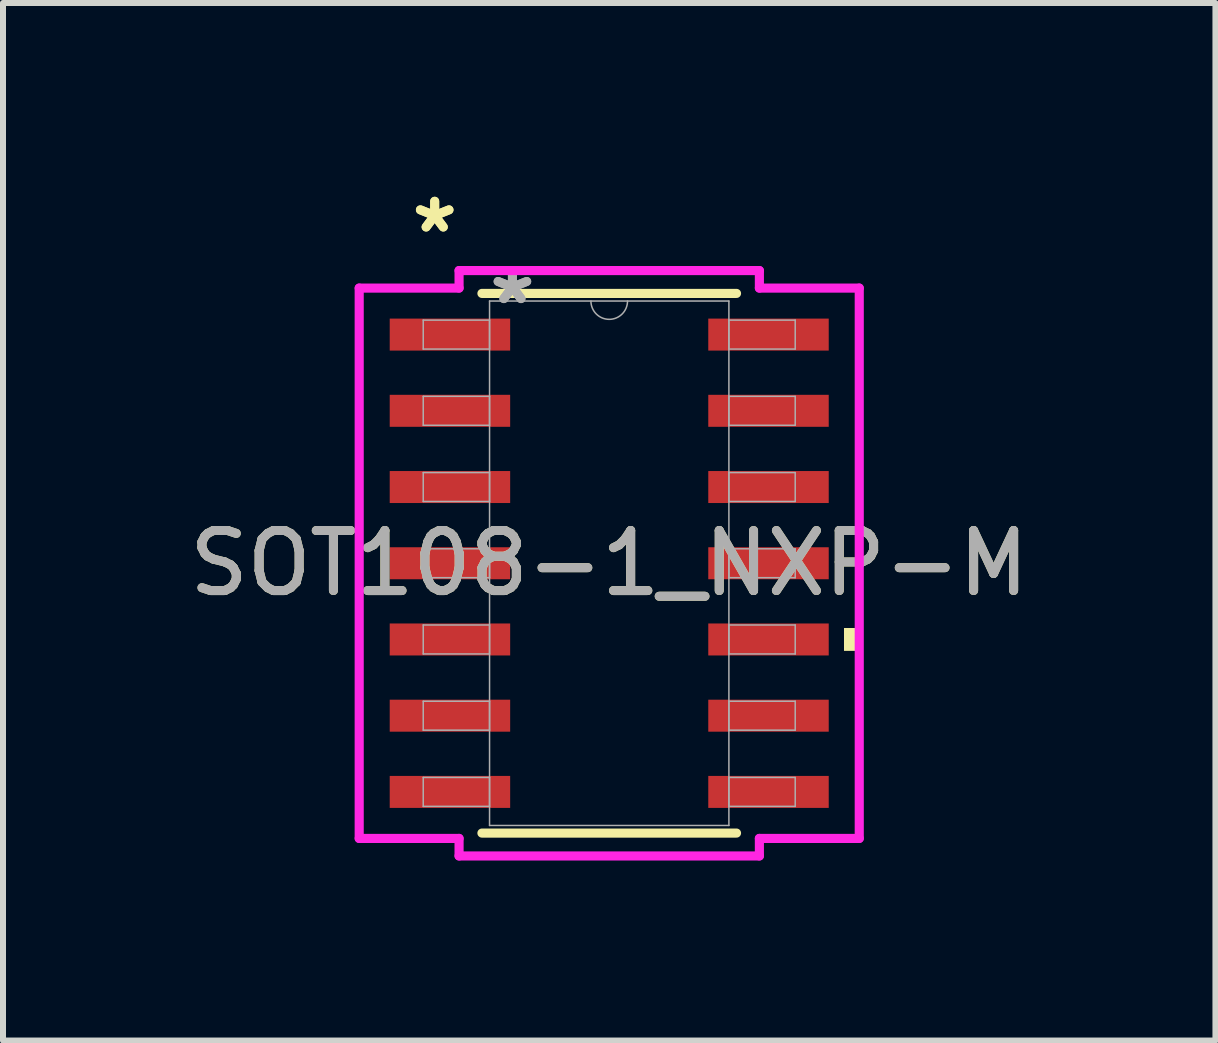
<source format=kicad_pcb>
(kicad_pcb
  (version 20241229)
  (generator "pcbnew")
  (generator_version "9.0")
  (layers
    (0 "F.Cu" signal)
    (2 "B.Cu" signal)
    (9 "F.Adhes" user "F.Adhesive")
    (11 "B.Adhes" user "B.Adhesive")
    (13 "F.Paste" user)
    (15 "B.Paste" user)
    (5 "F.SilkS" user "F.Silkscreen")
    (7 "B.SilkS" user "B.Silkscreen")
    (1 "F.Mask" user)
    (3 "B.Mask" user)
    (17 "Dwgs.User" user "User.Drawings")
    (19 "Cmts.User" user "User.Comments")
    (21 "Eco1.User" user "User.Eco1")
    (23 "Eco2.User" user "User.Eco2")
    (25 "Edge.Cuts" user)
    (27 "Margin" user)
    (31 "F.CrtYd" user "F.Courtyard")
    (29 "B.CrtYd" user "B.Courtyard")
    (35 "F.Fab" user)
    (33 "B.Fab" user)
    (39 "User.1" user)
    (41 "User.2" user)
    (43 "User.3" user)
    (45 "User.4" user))
  (footprint "SOT108-1_NXP-M"
    (layer "F.Cu")
    (at 7.101 6.335)
    (property "Reference" "SOT108-1_NXP-M" (at 0 0 0) (unlocked yes) (layer "F.SilkS") (effects (font (size 1 1) (thickness 0.15))))
    (attr smd)
    (fp_line (start -2.121 4.496) (end 2.121 4.496) (stroke (width 0.152) (type solid)) (layer "F.SilkS"))
    (fp_line (start 2.121 -4.496) (end -2.121 -4.496) (stroke (width 0.152) (type solid)) (layer "F.SilkS"))
    (fp_poly (pts (xy 4.166 1.079) (xy 4.166 1.46) (xy 3.912 1.46) (xy 3.912 1.079)) (stroke (width 0) (type solid)) (fill yes) (layer "F.SilkS"))
    (fp_line (start -4.166 -4.585) (end -2.502 -4.585) (stroke (width 0.152) (type solid)) (layer "F.CrtYd"))
    (fp_line (start -4.166 4.585) (end -4.166 -4.585) (stroke (width 0.152) (type solid)) (layer "F.CrtYd"))
    (fp_line (start -4.166 4.585) (end -2.502 4.585) (stroke (width 0.152) (type solid)) (layer "F.CrtYd"))
    (fp_line (start -2.502 -4.877) (end 2.502 -4.877) (stroke (width 0.152) (type solid)) (layer "F.CrtYd"))
    (fp_line (start -2.502 -4.585) (end -2.502 -4.877) (stroke (width 0.152) (type solid)) (layer "F.CrtYd"))
    (fp_line (start -2.502 4.877) (end -2.502 4.585) (stroke (width 0.152) (type solid)) (layer "F.CrtYd"))
    (fp_line (start 2.502 -4.877) (end 2.502 -4.585) (stroke (width 0.152) (type solid)) (layer "F.CrtYd"))
    (fp_line (start 2.502 4.585) (end 2.502 4.877) (stroke (width 0.152) (type solid)) (layer "F.CrtYd"))
    (fp_line (start 2.502 4.877) (end -2.502 4.877) (stroke (width 0.152) (type solid)) (layer "F.CrtYd"))
    (fp_line (start 4.166 -4.585) (end 2.502 -4.585) (stroke (width 0.152) (type solid)) (layer "F.CrtYd"))
    (fp_line (start 4.166 -4.585) (end 4.166 4.585) (stroke (width 0.152) (type solid)) (layer "F.CrtYd"))
    (fp_line (start 4.166 4.585) (end 2.502 4.585) (stroke (width 0.152) (type solid)) (layer "F.CrtYd"))
    (fp_line (start -3.099 -4.051) (end -3.099 -3.569) (stroke (width 0.025) (type solid)) (layer "F.Fab"))
    (fp_line (start -3.099 -3.569) (end -1.994 -3.569) (stroke (width 0.025) (type solid)) (layer "F.Fab"))
    (fp_line (start -3.099 -2.781) (end -3.099 -2.299) (stroke (width 0.025) (type solid)) (layer "F.Fab"))
    (fp_line (start -3.099 -2.299) (end -1.994 -2.299) (stroke (width 0.025) (type solid)) (layer "F.Fab"))
    (fp_line (start -3.099 -1.511) (end -3.099 -1.029) (stroke (width 0.025) (type solid)) (layer "F.Fab"))
    (fp_line (start -3.099 -1.029) (end -1.994 -1.029) (stroke (width 0.025) (type solid)) (layer "F.Fab"))
    (fp_line (start -3.099 -0.241) (end -3.099 0.241) (stroke (width 0.025) (type solid)) (layer "F.Fab"))
    (fp_line (start -3.099 0.241) (end -1.994 0.241) (stroke (width 0.025) (type solid)) (layer "F.Fab"))
    (fp_line (start -3.099 1.029) (end -3.099 1.511) (stroke (width 0.025) (type solid)) (layer "F.Fab"))
    (fp_line (start -3.099 1.511) (end -1.994 1.511) (stroke (width 0.025) (type solid)) (layer "F.Fab"))
    (fp_line (start -3.099 2.299) (end -3.099 2.781) (stroke (width 0.025) (type solid)) (layer "F.Fab"))
    (fp_line (start -3.099 2.781) (end -1.994 2.781) (stroke (width 0.025) (type solid)) (layer "F.Fab"))
    (fp_line (start -3.099 3.569) (end -3.099 4.051) (stroke (width 0.025) (type solid)) (layer "F.Fab"))
    (fp_line (start -3.099 4.051) (end -1.994 4.051) (stroke (width 0.025) (type solid)) (layer "F.Fab"))
    (fp_line (start -1.994 -4.369) (end -1.994 4.369) (stroke (width 0.025) (type solid)) (layer "F.Fab"))
    (fp_line (start -1.994 -4.051) (end -3.099 -4.051) (stroke (width 0.025) (type solid)) (layer "F.Fab"))
    (fp_line (start -1.994 -3.569) (end -1.994 -4.051) (stroke (width 0.025) (type solid)) (layer "F.Fab"))
    (fp_line (start -1.994 -2.781) (end -3.099 -2.781) (stroke (width 0.025) (type solid)) (layer "F.Fab"))
    (fp_line (start -1.994 -2.299) (end -1.994 -2.781) (stroke (width 0.025) (type solid)) (layer "F.Fab"))
    (fp_line (start -1.994 -1.511) (end -3.099 -1.511) (stroke (width 0.025) (type solid)) (layer "F.Fab"))
    (fp_line (start -1.994 -1.029) (end -1.994 -1.511) (stroke (width 0.025) (type solid)) (layer "F.Fab"))
    (fp_line (start -1.994 -0.241) (end -3.099 -0.241) (stroke (width 0.025) (type solid)) (layer "F.Fab"))
    (fp_line (start -1.994 0.241) (end -1.994 -0.241) (stroke (width 0.025) (type solid)) (layer "F.Fab"))
    (fp_line (start -1.994 1.029) (end -3.099 1.029) (stroke (width 0.025) (type solid)) (layer "F.Fab"))
    (fp_line (start -1.994 1.511) (end -1.994 1.029) (stroke (width 0.025) (type solid)) (layer "F.Fab"))
    (fp_line (start -1.994 2.299) (end -3.099 2.299) (stroke (width 0.025) (type solid)) (layer "F.Fab"))
    (fp_line (start -1.994 2.781) (end -1.994 2.299) (stroke (width 0.025) (type solid)) (layer "F.Fab"))
    (fp_line (start -1.994 3.569) (end -3.099 3.569) (stroke (width 0.025) (type solid)) (layer "F.Fab"))
    (fp_line (start -1.994 4.051) (end -1.994 3.569) (stroke (width 0.025) (type solid)) (layer "F.Fab"))
    (fp_line (start -1.994 4.369) (end 1.994 4.369) (stroke (width 0.025) (type solid)) (layer "F.Fab"))
    (fp_line (start 1.994 -4.369) (end -1.994 -4.369) (stroke (width 0.025) (type solid)) (layer "F.Fab"))
    (fp_line (start 1.994 -4.051) (end 1.994 -3.569) (stroke (width 0.025) (type solid)) (layer "F.Fab"))
    (fp_line (start 1.994 -3.569) (end 3.099 -3.569) (stroke (width 0.025) (type solid)) (layer "F.Fab"))
    (fp_line (start 1.994 -2.781) (end 1.994 -2.299) (stroke (width 0.025) (type solid)) (layer "F.Fab"))
    (fp_line (start 1.994 -2.299) (end 3.099 -2.299) (stroke (width 0.025) (type solid)) (layer "F.Fab"))
    (fp_line (start 1.994 -1.511) (end 1.994 -1.029) (stroke (width 0.025) (type solid)) (layer "F.Fab"))
    (fp_line (start 1.994 -1.029) (end 3.099 -1.029) (stroke (width 0.025) (type solid)) (layer "F.Fab"))
    (fp_line (start 1.994 -0.241) (end 1.994 0.241) (stroke (width 0.025) (type solid)) (layer "F.Fab"))
    (fp_line (start 1.994 0.241) (end 3.099 0.241) (stroke (width 0.025) (type solid)) (layer "F.Fab"))
    (fp_line (start 1.994 1.029) (end 1.994 1.511) (stroke (width 0.025) (type solid)) (layer "F.Fab"))
    (fp_line (start 1.994 1.511) (end 3.099 1.511) (stroke (width 0.025) (type solid)) (layer "F.Fab"))
    (fp_line (start 1.994 2.299) (end 1.994 2.781) (stroke (width 0.025) (type solid)) (layer "F.Fab"))
    (fp_line (start 1.994 2.781) (end 3.099 2.781) (stroke (width 0.025) (type solid)) (layer "F.Fab"))
    (fp_line (start 1.994 3.569) (end 1.994 4.051) (stroke (width 0.025) (type solid)) (layer "F.Fab"))
    (fp_line (start 1.994 4.051) (end 3.099 4.051) (stroke (width 0.025) (type solid)) (layer "F.Fab"))
    (fp_line (start 1.994 4.369) (end 1.994 -4.369) (stroke (width 0.025) (type solid)) (layer "F.Fab"))
    (fp_line (start 3.099 -4.051) (end 1.994 -4.051) (stroke (width 0.025) (type solid)) (layer "F.Fab"))
    (fp_line (start 3.099 -3.569) (end 3.099 -4.051) (stroke (width 0.025) (type solid)) (layer "F.Fab"))
    (fp_line (start 3.099 -2.781) (end 1.994 -2.781) (stroke (width 0.025) (type solid)) (layer "F.Fab"))
    (fp_line (start 3.099 -2.299) (end 3.099 -2.781) (stroke (width 0.025) (type solid)) (layer "F.Fab"))
    (fp_line (start 3.099 -1.511) (end 1.994 -1.511) (stroke (width 0.025) (type solid)) (layer "F.Fab"))
    (fp_line (start 3.099 -1.029) (end 3.099 -1.511) (stroke (width 0.025) (type solid)) (layer "F.Fab"))
    (fp_line (start 3.099 -0.241) (end 1.994 -0.241) (stroke (width 0.025) (type solid)) (layer "F.Fab"))
    (fp_line (start 3.099 0.241) (end 3.099 -0.241) (stroke (width 0.025) (type solid)) (layer "F.Fab"))
    (fp_line (start 3.099 1.029) (end 1.994 1.029) (stroke (width 0.025) (type solid)) (layer "F.Fab"))
    (fp_line (start 3.099 1.511) (end 3.099 1.029) (stroke (width 0.025) (type solid)) (layer "F.Fab"))
    (fp_line (start 3.099 2.299) (end 1.994 2.299) (stroke (width 0.025) (type solid)) (layer "F.Fab"))
    (fp_line (start 3.099 2.781) (end 3.099 2.299) (stroke (width 0.025) (type solid)) (layer "F.Fab"))
    (fp_line (start 3.099 3.569) (end 1.994 3.569) (stroke (width 0.025) (type solid)) (layer "F.Fab"))
    (fp_line (start 3.099 4.051) (end 3.099 3.569) (stroke (width 0.025) (type solid)) (layer "F.Fab"))
    (fp_arc (start 0.3048 -4.3688) (mid 0 -4.064) (end -0.3048 -4.3688) (stroke (width 0.0254) (type solid)) (layer "F.Fab"))
    (fp_text user "*" (at -2.908 -5.486 0) (layer "F.SilkS") (effects (font (size 1 1) (thickness 0.15))))
    (fp_text user "*" (at -2.908 -5.486 0) (unlocked yes) (layer "F.SilkS") (effects (font (size 1 1) (thickness 0.15))))
    (fp_text user "*" (at -1.613 -4.293 0) (unlocked yes) (layer "F.Fab") (effects (font (size 1 1) (thickness 0.15))))
    (fp_text user "${REFERENCE}" (at 0 0 0) (unlocked yes) (layer "F.Fab") (effects (font (size 1 1) (thickness 0.15))))
    (fp_text user "*" (at -1.613 -4.293 0) (layer "F.Fab") (effects (font (size 1 1) (thickness 0.15))))
    (pad "1" smd rect (at -2.654 -3.81) (size 2.007 0.533) (layers "F.Cu" "F.Mask" "F.Paste"))
    (pad "2" smd rect (at -2.654 -2.54) (size 2.007 0.533) (layers "F.Cu" "F.Mask" "F.Paste"))
    (pad "3" smd rect (at -2.654 -1.27) (size 2.007 0.533) (layers "F.Cu" "F.Mask" "F.Paste"))
    (pad "4" smd rect (at -2.654 0) (size 2.007 0.533) (layers "F.Cu" "F.Mask" "F.Paste"))
    (pad "5" smd rect (at -2.654 1.27) (size 2.007 0.533) (layers "F.Cu" "F.Mask" "F.Paste"))
    (pad "6" smd rect (at -2.654 2.54) (size 2.007 0.533) (layers "F.Cu" "F.Mask" "F.Paste"))
    (pad "7" smd rect (at -2.654 3.81) (size 2.007 0.533) (layers "F.Cu" "F.Mask" "F.Paste"))
    (pad "8" smd rect (at 2.654 3.81) (size 2.007 0.533) (layers "F.Cu" "F.Mask" "F.Paste"))
    (pad "9" smd rect (at 2.654 2.54) (size 2.007 0.533) (layers "F.Cu" "F.Mask" "F.Paste"))
    (pad "10" smd rect (at 2.654 1.27) (size 2.007 0.533) (layers "F.Cu" "F.Mask" "F.Paste"))
    (pad "11" smd rect (at 2.654 0) (size 2.007 0.533) (layers "F.Cu" "F.Mask" "F.Paste"))
    (pad "12" smd rect (at 2.654 -1.27) (size 2.007 0.533) (layers "F.Cu" "F.Mask" "F.Paste"))
    (pad "13" smd rect (at 2.654 -2.54) (size 2.007 0.533) (layers "F.Cu" "F.Mask" "F.Paste"))
    (pad "14" smd rect (at 2.654 -3.81) (size 2.007 0.533) (layers "F.Cu" "F.Mask" "F.Paste")))
  (gr_rect
    (start -3 -3)
    (end 17.202 14.288)
    (stroke (width 0.1) (type default))
    (fill no)
    (layer "Edge.Cuts")))
</source>
